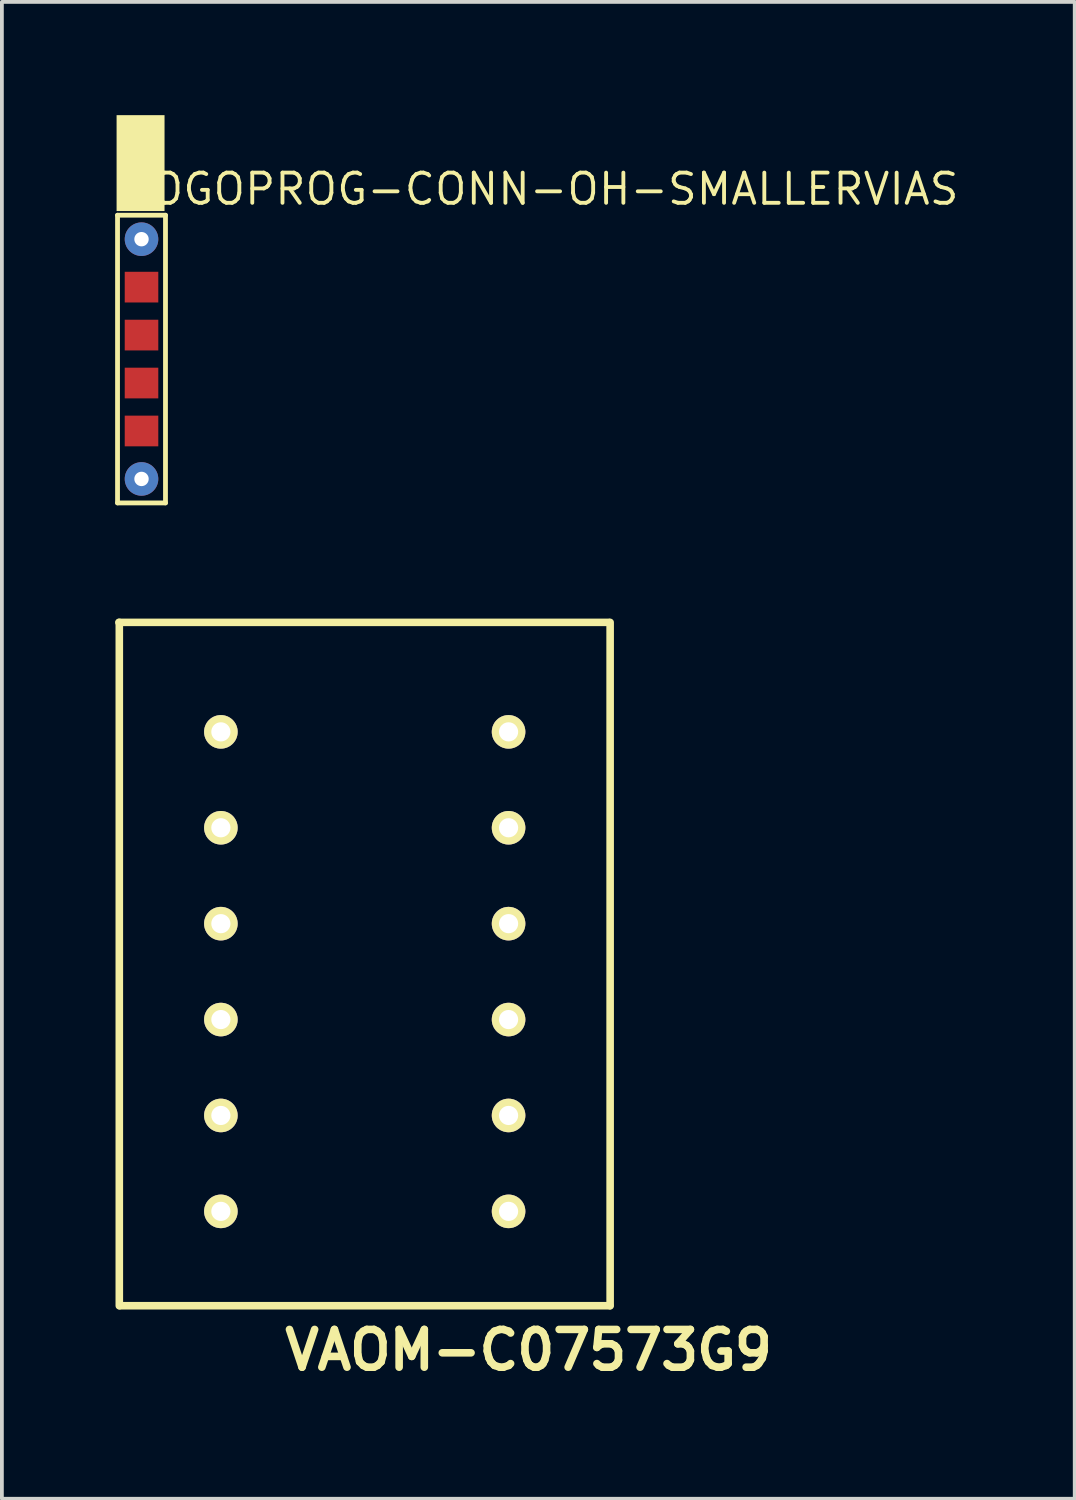
<source format=kicad_pcb>
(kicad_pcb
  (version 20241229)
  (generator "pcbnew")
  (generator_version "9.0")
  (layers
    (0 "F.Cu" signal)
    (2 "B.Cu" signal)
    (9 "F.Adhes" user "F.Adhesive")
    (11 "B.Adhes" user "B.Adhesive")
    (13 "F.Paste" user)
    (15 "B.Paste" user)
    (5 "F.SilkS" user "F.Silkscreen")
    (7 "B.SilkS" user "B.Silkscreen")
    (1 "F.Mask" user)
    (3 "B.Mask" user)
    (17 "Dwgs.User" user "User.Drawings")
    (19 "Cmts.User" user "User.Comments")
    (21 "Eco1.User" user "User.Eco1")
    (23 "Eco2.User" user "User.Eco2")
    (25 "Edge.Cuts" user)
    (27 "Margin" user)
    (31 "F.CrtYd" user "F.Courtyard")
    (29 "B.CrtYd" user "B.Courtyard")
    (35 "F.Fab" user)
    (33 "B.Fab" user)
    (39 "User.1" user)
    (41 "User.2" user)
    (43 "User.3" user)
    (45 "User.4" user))
  (footprint "POGOPROG-CONN-OH-SMALLERVIAS"
    (layer "F.Cu")
    (at 0.673 3.175)
    (property "Reference" "POGOPROG-CONN-OH-SMALLERVIAS" (at -0.575 -0.75 0) (layer "F.SilkS") (effects (font (size 0.8 0.8) (thickness 0.102)) (justify left bottom)))
    (attr through_hole)
    (fp_line (start -0.61 -0.525) (end 0.66 -0.525) (stroke (width 0.127) (type solid)) (layer "F.SilkS"))
    (fp_line (start -0.61 7.095) (end -0.61 -0.525) (stroke (width 0.127) (type solid)) (layer "F.SilkS"))
    (fp_line (start 0.66 -0.525) (end 0.66 7.095) (stroke (width 0.127) (type solid)) (layer "F.SilkS"))
    (fp_line (start 0.66 7.095) (end -0.61 7.095) (stroke (width 0.127) (type solid)) (layer "F.SilkS"))
    (fp_poly (pts (xy -0.635 -0.635) (xy 0.635 -0.635) (xy 0.635 -3.175) (xy -0.635 -3.175)) (stroke (width 0) (type solid)) (fill yes) (layer "F.SilkS"))
    (pad "1" thru_hole circle (at 0.025 0.11) (size 0.889 0.889) (drill 0.381) (layers "*.Cu" "*.Mask"))
    (pad "2" smd rect (at 0.025 1.38) (size 0.889 0.813) (layers "F.Cu" "F.Mask" "F.Paste"))
    (pad "3" smd rect (at 0.025 2.65) (size 0.889 0.813) (layers "F.Cu" "F.Mask" "F.Paste"))
    (pad "4" smd rect (at 0.025 3.92) (size 0.889 0.813) (layers "F.Cu" "F.Mask" "F.Paste"))
    (pad "5" smd rect (at 0.025 5.19) (size 0.889 0.813) (layers "F.Cu" "F.Mask" "F.Paste"))
    (pad "6" thru_hole circle (at 0.025 6.46) (size 0.889 0.889) (drill 0.381) (layers "*.Cu" "*.Mask")))
  (footprint "VAOM-C07573G9"
    (layer "F.Cu")
    (at 2.8 22.684)
    (property "Reference" "VAOM-C07573G9" (at 8.15 10.025 0) (layer "F.SilkS") (effects (font (size 1 1) (thickness 0.201))))
    (attr through_hole)
    (fp_line (start -2.7 -9.25) (end 10.275 -9.25) (stroke (width 0.201) (type solid)) (layer "F.SilkS"))
    (fp_line (start -2.69 8.85) (end -2.69 -9.25) (stroke (width 0.201) (type solid)) (layer "F.SilkS"))
    (fp_line (start 10.3 8.85) (end -2.675 8.85) (stroke (width 0.201) (type solid)) (layer "F.SilkS"))
    (fp_line (start 10.31 -9.25) (end 10.31 8.85) (stroke (width 0.201) (type solid)) (layer "F.SilkS"))
    (pad "1" thru_hole circle (at 0 -6.35) (size 0.889 0.889) (drill 0.508) (layers "*.Cu" "*.Mask" "F.SilkS"))
    (pad "2" thru_hole circle (at 0 -3.81) (size 0.889 0.889) (drill 0.508) (layers "*.Cu" "*.Mask" "F.SilkS"))
    (pad "3" thru_hole circle (at 0 -1.27) (size 0.889 0.889) (drill 0.508) (layers "*.Cu" "*.Mask" "F.SilkS"))
    (pad "4" thru_hole circle (at 0 1.27) (size 0.889 0.889) (drill 0.508) (layers "*.Cu" "*.Mask" "F.SilkS"))
    (pad "5" thru_hole circle (at 0 3.81) (size 0.889 0.889) (drill 0.508) (layers "*.Cu" "*.Mask" "F.SilkS"))
    (pad "6" thru_hole circle (at 0 6.35) (size 0.889 0.889) (drill 0.508) (layers "*.Cu" "*.Mask" "F.SilkS"))
    (pad "7" thru_hole circle (at 7.62 6.35) (size 0.889 0.889) (drill 0.508) (layers "*.Cu" "*.Mask" "F.SilkS"))
    (pad "8" thru_hole circle (at 7.62 3.81) (size 0.889 0.889) (drill 0.508) (layers "*.Cu" "*.Mask" "F.SilkS"))
    (pad "9" thru_hole circle (at 7.62 1.27) (size 0.889 0.889) (drill 0.508) (layers "*.Cu" "*.Mask" "F.SilkS"))
    (pad "10" thru_hole circle (at 7.62 -1.27) (size 0.889 0.889) (drill 0.508) (layers "*.Cu" "*.Mask" "F.SilkS"))
    (pad "11" thru_hole circle (at 7.62 -3.81) (size 0.889 0.889) (drill 0.508) (layers "*.Cu" "*.Mask" "F.SilkS"))
    (pad "12" thru_hole circle (at 7.62 -6.35) (size 0.889 0.889) (drill 0.508) (layers "*.Cu" "*.Mask" "F.SilkS")))
  (gr_rect
    (start -3 -3)
    (end 25.415 36.646)
    (stroke (width 0.1) (type default))
    (fill no)
    (layer "Edge.Cuts")))
</source>
